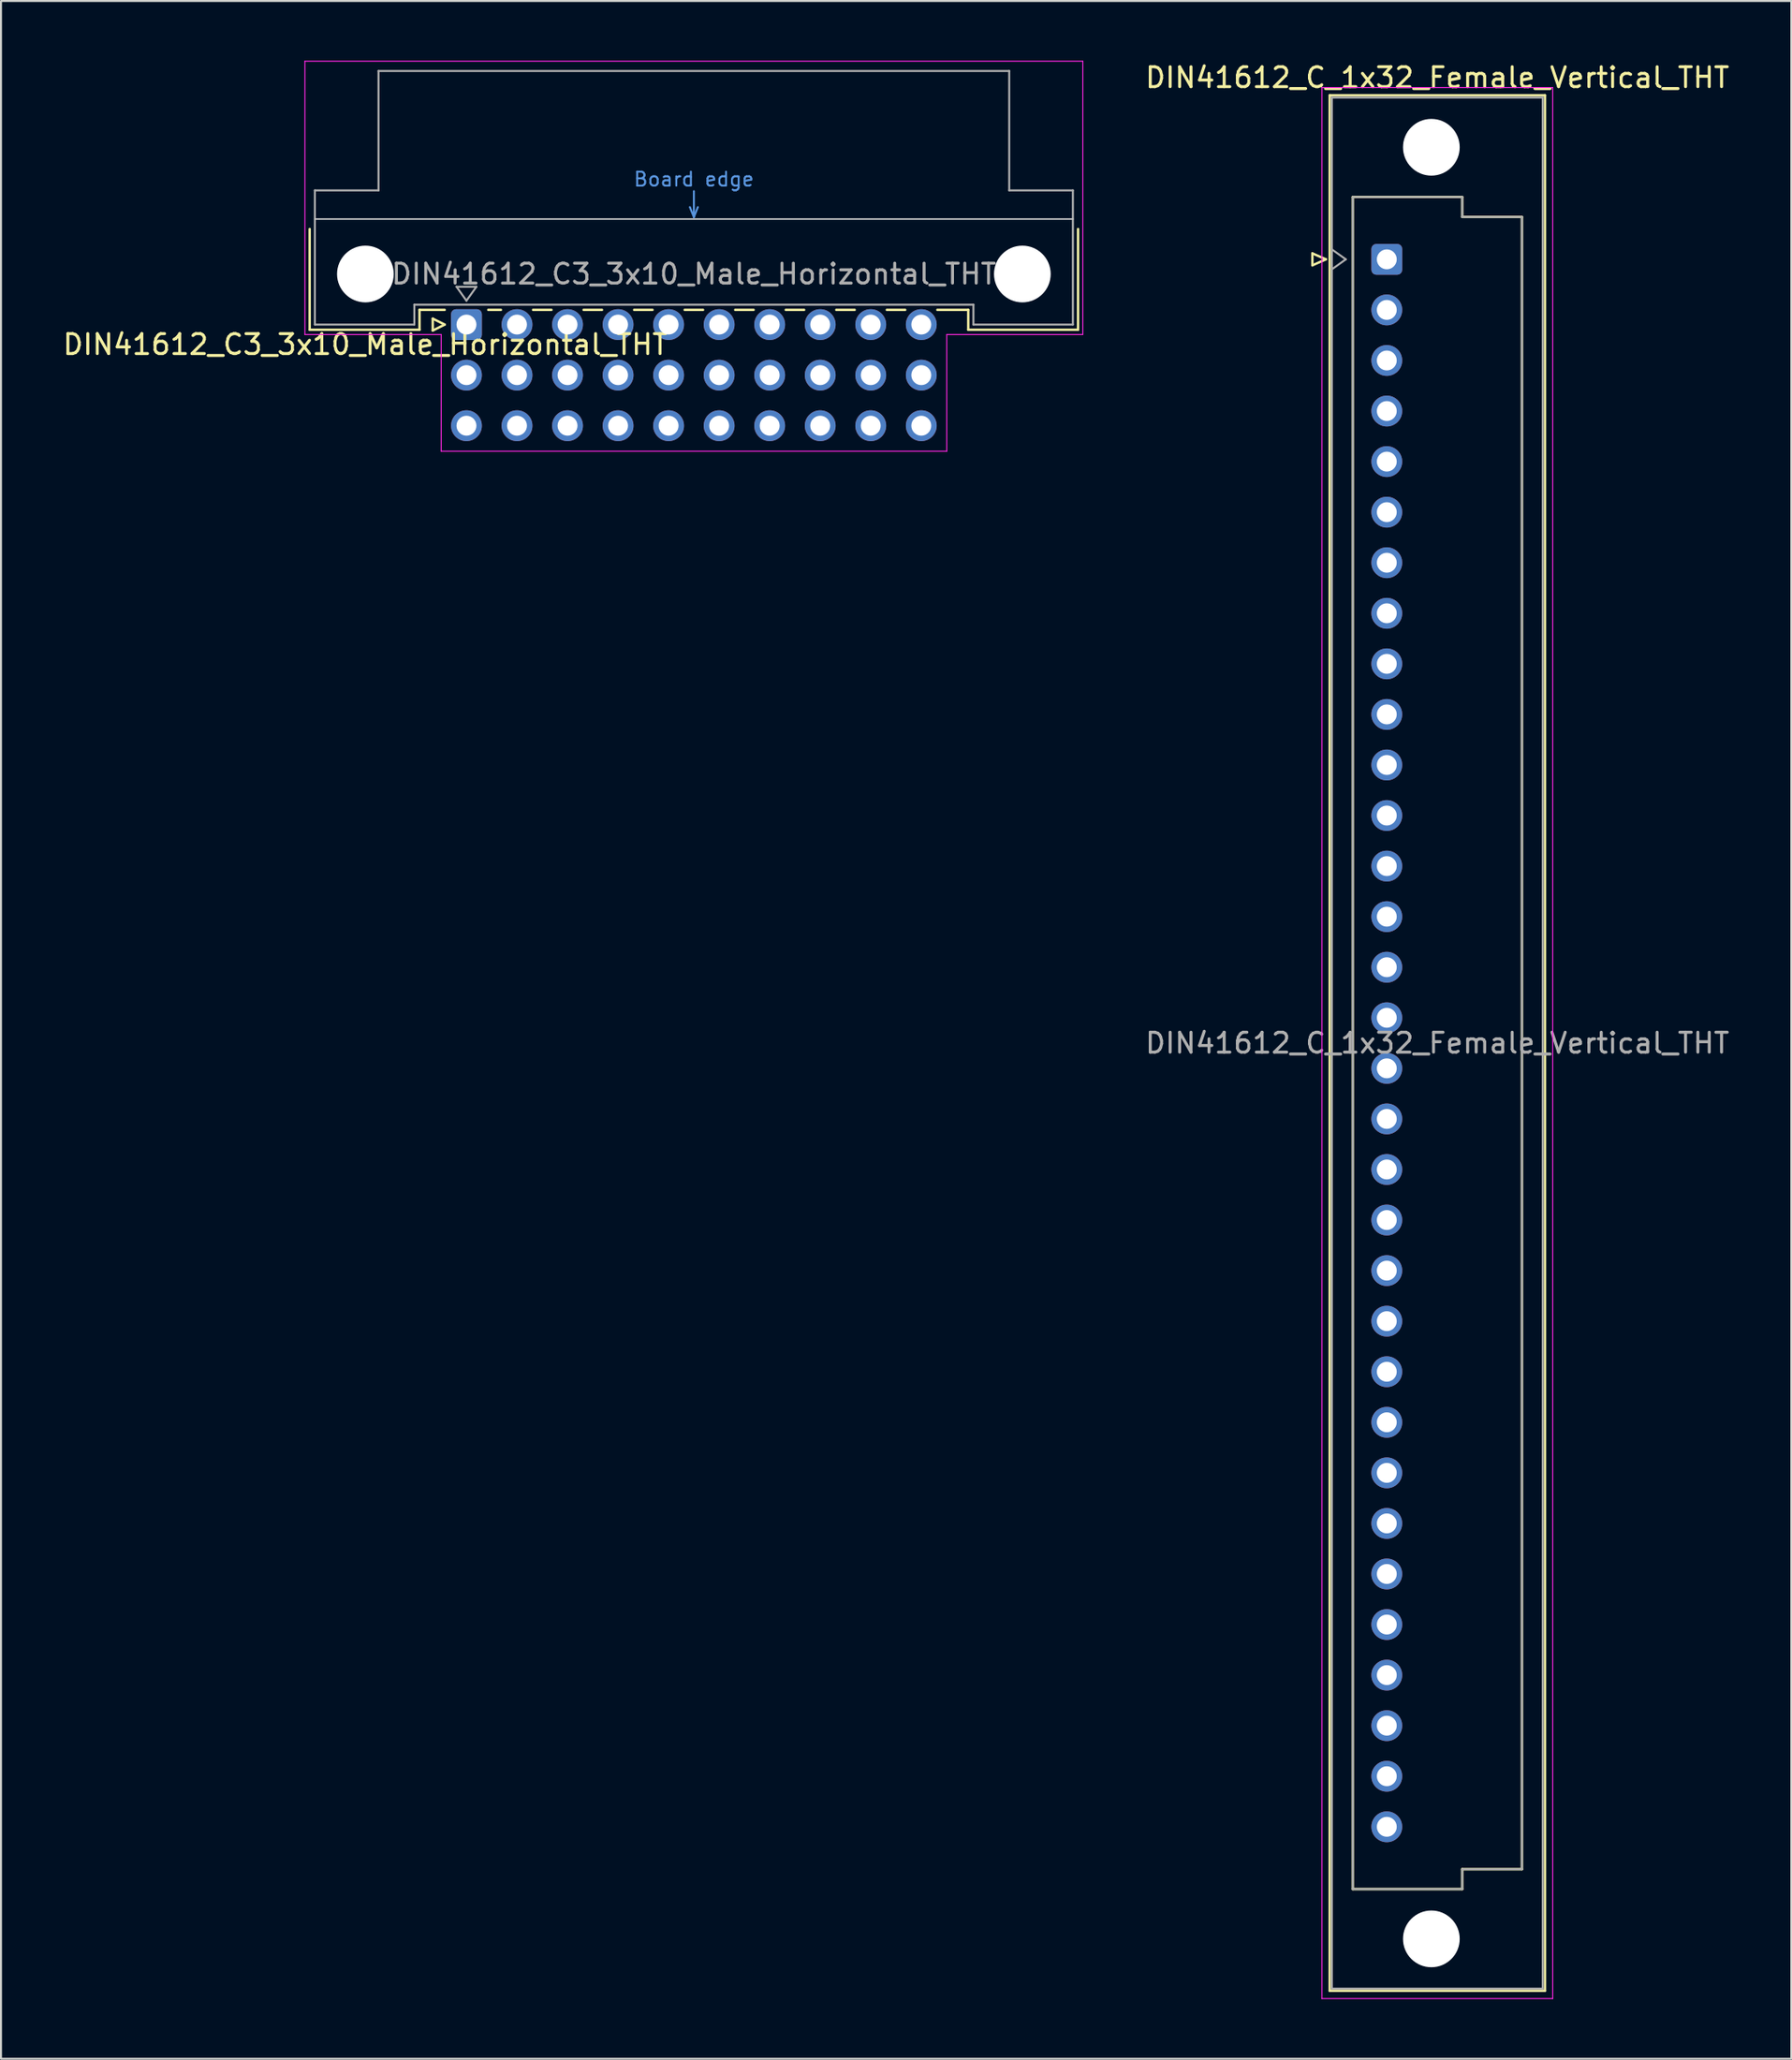
<source format=kicad_pcb>
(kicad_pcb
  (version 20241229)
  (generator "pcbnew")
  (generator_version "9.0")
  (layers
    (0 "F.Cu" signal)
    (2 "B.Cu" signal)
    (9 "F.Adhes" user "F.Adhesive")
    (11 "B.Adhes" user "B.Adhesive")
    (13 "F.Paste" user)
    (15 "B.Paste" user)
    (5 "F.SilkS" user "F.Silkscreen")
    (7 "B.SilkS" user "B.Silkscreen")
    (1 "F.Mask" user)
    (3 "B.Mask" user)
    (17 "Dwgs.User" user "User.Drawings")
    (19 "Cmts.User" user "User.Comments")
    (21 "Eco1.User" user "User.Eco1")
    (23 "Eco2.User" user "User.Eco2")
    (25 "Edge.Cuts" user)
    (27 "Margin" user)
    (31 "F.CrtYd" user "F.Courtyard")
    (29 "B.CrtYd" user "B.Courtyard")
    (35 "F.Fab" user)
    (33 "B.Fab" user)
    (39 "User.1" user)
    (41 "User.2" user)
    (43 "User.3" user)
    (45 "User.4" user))
  (footprint "DIN41612_C3_3x10_Male_Horizontal_THT"
    (layer "F.Cu")
    (at 20.395 13.255)
    (property "Reference" "DIN41612_C3_3x10_Male_Horizontal_THT" (at -5.08 1 0) (layer "F.SilkS") (effects (font (size 1 1) (thickness 0.15))))
    (attr through_hole)
    (fp_line (start -7.88 -4.8) (end -7.88 0.26) (stroke (width 0.12) (type solid)) (layer "F.SilkS"))
    (fp_line (start -7.88 0.26) (end -2.36 0.26) (stroke (width 0.12) (type solid)) (layer "F.SilkS"))
    (fp_line (start -2.36 -0.74) (end -1.095 -0.74) (stroke (width 0.12) (type solid)) (layer "F.SilkS"))
    (fp_line (start -2.36 0.26) (end -2.36 -0.74) (stroke (width 0.12) (type solid)) (layer "F.SilkS"))
    (fp_line (start -1.695 -0.3) (end -1.695 0.3) (stroke (width 0.12) (type solid)) (layer "F.SilkS"))
    (fp_line (start -1.695 0.3) (end -1.095 0) (stroke (width 0.12) (type solid)) (layer "F.SilkS"))
    (fp_line (start -1.095 0) (end -1.695 -0.3) (stroke (width 0.12) (type solid)) (layer "F.SilkS"))
    (fp_line (start 1.095 -0.74) (end 1.733 -0.74) (stroke (width 0.12) (type solid)) (layer "F.SilkS"))
    (fp_line (start 3.347 -0.74) (end 4.273 -0.74) (stroke (width 0.12) (type solid)) (layer "F.SilkS"))
    (fp_line (start 5.887 -0.74) (end 6.813 -0.74) (stroke (width 0.12) (type solid)) (layer "F.SilkS"))
    (fp_line (start 8.427 -0.74) (end 9.353 -0.74) (stroke (width 0.12) (type solid)) (layer "F.SilkS"))
    (fp_line (start 10.967 -0.74) (end 11.893 -0.74) (stroke (width 0.12) (type solid)) (layer "F.SilkS"))
    (fp_line (start 13.507 -0.74) (end 14.433 -0.74) (stroke (width 0.12) (type solid)) (layer "F.SilkS"))
    (fp_line (start 16.047 -0.74) (end 16.973 -0.74) (stroke (width 0.12) (type solid)) (layer "F.SilkS"))
    (fp_line (start 18.587 -0.74) (end 19.513 -0.74) (stroke (width 0.12) (type solid)) (layer "F.SilkS"))
    (fp_line (start 21.127 -0.74) (end 22.053 -0.74) (stroke (width 0.12) (type solid)) (layer "F.SilkS"))
    (fp_line (start 23.667 -0.74) (end 25.22 -0.74) (stroke (width 0.12) (type solid)) (layer "F.SilkS"))
    (fp_line (start 25.22 0.26) (end 25.22 -0.74) (stroke (width 0.12) (type solid)) (layer "F.SilkS"))
    (fp_line (start 30.74 -4.8) (end 30.74 0.26) (stroke (width 0.12) (type solid)) (layer "F.SilkS"))
    (fp_line (start 30.74 0.26) (end 25.22 0.26) (stroke (width 0.12) (type solid)) (layer "F.SilkS"))
    (fp_line (start -7.62 -5.3) (end 30.48 -5.3) (stroke (width 0.08) (type solid)) (layer "Dwgs.User"))
    (fp_line (start 11.23 -5.9) (end 11.43 -5.4) (stroke (width 0.1) (type solid)) (layer "Cmts.User"))
    (fp_line (start 11.43 -5.4) (end 11.43 -6.7) (stroke (width 0.1) (type solid)) (layer "Cmts.User"))
    (fp_line (start 11.43 -5.4) (end 11.63 -5.9) (stroke (width 0.1) (type solid)) (layer "Cmts.User"))
    (fp_line (start -8.12 -13.23) (end -8.12 0.5) (stroke (width 0.05) (type solid)) (layer "F.CrtYd"))
    (fp_line (start -8.12 0.5) (end -1.27 0.5) (stroke (width 0.05) (type solid)) (layer "F.CrtYd"))
    (fp_line (start -1.27 0.5) (end -1.27 6.36) (stroke (width 0.05) (type solid)) (layer "F.CrtYd"))
    (fp_line (start -1.27 6.36) (end 24.14 6.36) (stroke (width 0.05) (type solid)) (layer "F.CrtYd"))
    (fp_line (start 24.14 0.5) (end 30.98 0.5) (stroke (width 0.05) (type solid)) (layer "F.CrtYd"))
    (fp_line (start 24.14 6.36) (end 24.14 0.5) (stroke (width 0.05) (type solid)) (layer "F.CrtYd"))
    (fp_line (start 30.98 -13.23) (end -8.12 -13.23) (stroke (width 0.05) (type solid)) (layer "F.CrtYd"))
    (fp_line (start 30.98 0.5) (end 30.98 -13.23) (stroke (width 0.05) (type solid)) (layer "F.CrtYd"))
    (fp_line (start -7.62 -6.74) (end -7.62 0) (stroke (width 0.1) (type solid)) (layer "F.Fab"))
    (fp_line (start -7.62 0) (end -2.62 0) (stroke (width 0.1) (type solid)) (layer "F.Fab"))
    (fp_line (start -4.42 -12.74) (end -4.42 -6.74) (stroke (width 0.1) (type solid)) (layer "F.Fab"))
    (fp_line (start -4.42 -6.74) (end -7.62 -6.74) (stroke (width 0.1) (type solid)) (layer "F.Fab"))
    (fp_line (start -2.62 -1) (end 25.48 -1) (stroke (width 0.1) (type solid)) (layer "F.Fab"))
    (fp_line (start -2.62 0) (end -2.62 -1) (stroke (width 0.1) (type solid)) (layer "F.Fab"))
    (fp_line (start -0.5 -1.9) (end 0.5 -1.9) (stroke (width 0.1) (type solid)) (layer "F.Fab"))
    (fp_line (start 0 -1.2) (end -0.5 -1.9) (stroke (width 0.1) (type solid)) (layer "F.Fab"))
    (fp_line (start 0.5 -1.9) (end 0 -1.2) (stroke (width 0.1) (type solid)) (layer "F.Fab"))
    (fp_line (start 25.48 -1) (end 25.48 0) (stroke (width 0.1) (type solid)) (layer "F.Fab"))
    (fp_line (start 25.48 0) (end 30.48 0) (stroke (width 0.1) (type solid)) (layer "F.Fab"))
    (fp_line (start 27.28 -12.74) (end -4.42 -12.74) (stroke (width 0.1) (type solid)) (layer "F.Fab"))
    (fp_line (start 27.28 -6.74) (end 27.28 -12.74) (stroke (width 0.1) (type solid)) (layer "F.Fab"))
    (fp_line (start 30.48 -6.74) (end 27.28 -6.74) (stroke (width 0.1) (type solid)) (layer "F.Fab"))
    (fp_line (start 30.48 0) (end 30.48 -6.74) (stroke (width 0.1) (type solid)) (layer "F.Fab"))
    (fp_text user "Board edge" (at 11.43 -7.3 0) (layer "Cmts.User") (effects (font (size 0.7 0.7) (thickness 0.1))))
    (fp_text user "${REFERENCE}" (at 11.43 -2.54 0) (layer "F.Fab") (effects (font (size 1 1) (thickness 0.15))))
    (pad "" np_thru_hole circle (at -5.08 -2.54) (size 2.85 2.85) (drill 2.85) (layers "*.Cu" "*.Mask"))
    (pad "" np_thru_hole circle (at 27.94 -2.54) (size 2.85 2.85) (drill 2.85) (layers "*.Cu" "*.Mask"))
    (pad "a1" thru_hole roundrect (at 0 0) (size 1.55 1.55) (drill 1) (layers "*.Cu" "*.Mask") (roundrect_rratio 0.161))
    (pad "a2" thru_hole circle (at 2.54 0) (size 1.55 1.55) (drill 1) (layers "*.Cu" "*.Mask"))
    (pad "a3" thru_hole circle (at 5.08 0) (size 1.55 1.55) (drill 1) (layers "*.Cu" "*.Mask"))
    (pad "a4" thru_hole circle (at 7.62 0) (size 1.55 1.55) (drill 1) (layers "*.Cu" "*.Mask"))
    (pad "a5" thru_hole circle (at 10.16 0) (size 1.55 1.55) (drill 1) (layers "*.Cu" "*.Mask"))
    (pad "a6" thru_hole circle (at 12.7 0) (size 1.55 1.55) (drill 1) (layers "*.Cu" "*.Mask"))
    (pad "a7" thru_hole circle (at 15.24 0) (size 1.55 1.55) (drill 1) (layers "*.Cu" "*.Mask"))
    (pad "a8" thru_hole circle (at 17.78 0) (size 1.55 1.55) (drill 1) (layers "*.Cu" "*.Mask"))
    (pad "a9" thru_hole circle (at 20.32 0) (size 1.55 1.55) (drill 1) (layers "*.Cu" "*.Mask"))
    (pad "a10" thru_hole circle (at 22.86 0) (size 1.55 1.55) (drill 1) (layers "*.Cu" "*.Mask"))
    (pad "b1" thru_hole circle (at 0 2.54) (size 1.55 1.55) (drill 1) (layers "*.Cu" "*.Mask"))
    (pad "b2" thru_hole circle (at 2.54 2.54) (size 1.55 1.55) (drill 1) (layers "*.Cu" "*.Mask"))
    (pad "b3" thru_hole circle (at 5.08 2.54) (size 1.55 1.55) (drill 1) (layers "*.Cu" "*.Mask"))
    (pad "b4" thru_hole circle (at 7.62 2.54) (size 1.55 1.55) (drill 1) (layers "*.Cu" "*.Mask"))
    (pad "b5" thru_hole circle (at 10.16 2.54) (size 1.55 1.55) (drill 1) (layers "*.Cu" "*.Mask"))
    (pad "b6" thru_hole circle (at 12.7 2.54) (size 1.55 1.55) (drill 1) (layers "*.Cu" "*.Mask"))
    (pad "b7" thru_hole circle (at 15.24 2.54) (size 1.55 1.55) (drill 1) (layers "*.Cu" "*.Mask"))
    (pad "b8" thru_hole circle (at 17.78 2.54) (size 1.55 1.55) (drill 1) (layers "*.Cu" "*.Mask"))
    (pad "b9" thru_hole circle (at 20.32 2.54) (size 1.55 1.55) (drill 1) (layers "*.Cu" "*.Mask"))
    (pad "b10" thru_hole circle (at 22.86 2.54) (size 1.55 1.55) (drill 1) (layers "*.Cu" "*.Mask"))
    (pad "c1" thru_hole circle (at 0 5.08) (size 1.55 1.55) (drill 1) (layers "*.Cu" "*.Mask"))
    (pad "c2" thru_hole circle (at 2.54 5.08) (size 1.55 1.55) (drill 1) (layers "*.Cu" "*.Mask"))
    (pad "c3" thru_hole circle (at 5.08 5.08) (size 1.55 1.55) (drill 1) (layers "*.Cu" "*.Mask"))
    (pad "c4" thru_hole circle (at 7.62 5.08) (size 1.55 1.55) (drill 1) (layers "*.Cu" "*.Mask"))
    (pad "c5" thru_hole circle (at 10.16 5.08) (size 1.55 1.55) (drill 1) (layers "*.Cu" "*.Mask"))
    (pad "c6" thru_hole circle (at 12.7 5.08) (size 1.55 1.55) (drill 1) (layers "*.Cu" "*.Mask"))
    (pad "c7" thru_hole circle (at 15.24 5.08) (size 1.55 1.55) (drill 1) (layers "*.Cu" "*.Mask"))
    (pad "c8" thru_hole circle (at 17.78 5.08) (size 1.55 1.55) (drill 1) (layers "*.Cu" "*.Mask"))
    (pad "c9" thru_hole circle (at 20.32 5.08) (size 1.55 1.55) (drill 1) (layers "*.Cu" "*.Mask"))
    (pad "c10" thru_hole circle (at 22.86 5.08) (size 1.55 1.55) (drill 1) (layers "*.Cu" "*.Mask")))
  (footprint "DIN41612_C_1x32_Female_Vertical_THT"
    (layer "F.Cu")
    (at 66.652 9.978)
    (property "Reference" "DIN41612_C_1x32_Female_Vertical_THT" (at 2.54 -9.13 0) (layer "F.SilkS") (effects (font (size 1 1) (thickness 0.15))))
    (attr through_hole)
    (fp_line (start -3.74 -0.3) (end -3.74 0.3) (stroke (width 0.12) (type solid)) (layer "F.SilkS"))
    (fp_line (start -3.74 0.3) (end -3.06 0) (stroke (width 0.12) (type solid)) (layer "F.SilkS"))
    (fp_line (start -3.06 0) (end -3.74 -0.3) (stroke (width 0.12) (type solid)) (layer "F.SilkS"))
    (fp_line (start -2.87 -8.24) (end 7.95 -8.24) (stroke (width 0.12) (type solid)) (layer "F.SilkS"))
    (fp_line (start -2.87 86.98) (end -2.87 -8.24) (stroke (width 0.12) (type solid)) (layer "F.SilkS"))
    (fp_line (start -1.71 -3.13) (end 3.79 -3.13) (stroke (width 0.12) (type solid)) (layer "F.SilkS"))
    (fp_line (start -1.71 81.87) (end -1.71 -3.13) (stroke (width 0.12) (type solid)) (layer "F.SilkS"))
    (fp_line (start 3.79 -3.13) (end 3.79 -2.13) (stroke (width 0.12) (type solid)) (layer "F.SilkS"))
    (fp_line (start 3.79 -2.13) (end 6.79 -2.13) (stroke (width 0.12) (type solid)) (layer "F.SilkS"))
    (fp_line (start 3.79 80.87) (end 3.79 81.87) (stroke (width 0.12) (type solid)) (layer "F.SilkS"))
    (fp_line (start 3.79 81.87) (end -1.71 81.87) (stroke (width 0.12) (type solid)) (layer "F.SilkS"))
    (fp_line (start 6.79 -2.13) (end 6.79 80.87) (stroke (width 0.12) (type solid)) (layer "F.SilkS"))
    (fp_line (start 6.79 80.87) (end 3.79 80.87) (stroke (width 0.12) (type solid)) (layer "F.SilkS"))
    (fp_line (start 7.95 -8.24) (end 7.95 86.98) (stroke (width 0.12) (type solid)) (layer "F.SilkS"))
    (fp_line (start 7.95 86.98) (end -2.87 86.98) (stroke (width 0.12) (type solid)) (layer "F.SilkS"))
    (fp_line (start -3.26 -8.63) (end 8.34 -8.63) (stroke (width 0.05) (type solid)) (layer "F.CrtYd"))
    (fp_line (start -3.26 87.37) (end -3.26 -8.63) (stroke (width 0.05) (type solid)) (layer "F.CrtYd"))
    (fp_line (start 8.34 -8.63) (end 8.34 87.37) (stroke (width 0.05) (type solid)) (layer "F.CrtYd"))
    (fp_line (start 8.34 87.37) (end -3.26 87.37) (stroke (width 0.05) (type solid)) (layer "F.CrtYd"))
    (fp_line (start -2.76 -8.13) (end 7.84 -8.13) (stroke (width 0.1) (type solid)) (layer "F.Fab"))
    (fp_line (start -2.76 -0.5) (end -2.06 0) (stroke (width 0.1) (type solid)) (layer "F.Fab"))
    (fp_line (start -2.76 86.87) (end -2.76 -8.13) (stroke (width 0.1) (type solid)) (layer "F.Fab"))
    (fp_line (start -2.06 0) (end -2.76 0.5) (stroke (width 0.1) (type solid)) (layer "F.Fab"))
    (fp_line (start -1.71 -3.13) (end 3.79 -3.13) (stroke (width 0.1) (type solid)) (layer "F.Fab"))
    (fp_line (start -1.71 81.87) (end -1.71 -3.13) (stroke (width 0.1) (type solid)) (layer "F.Fab"))
    (fp_line (start 3.79 -3.13) (end 3.79 -2.13) (stroke (width 0.1) (type solid)) (layer "F.Fab"))
    (fp_line (start 3.79 -2.13) (end 6.79 -2.13) (stroke (width 0.1) (type solid)) (layer "F.Fab"))
    (fp_line (start 3.79 80.87) (end 3.79 81.87) (stroke (width 0.1) (type solid)) (layer "F.Fab"))
    (fp_line (start 3.79 81.87) (end -1.71 81.87) (stroke (width 0.1) (type solid)) (layer "F.Fab"))
    (fp_line (start 6.79 -2.13) (end 6.79 80.87) (stroke (width 0.1) (type solid)) (layer "F.Fab"))
    (fp_line (start 6.79 80.87) (end 3.79 80.87) (stroke (width 0.1) (type solid)) (layer "F.Fab"))
    (fp_line (start 7.84 -8.13) (end 7.84 86.87) (stroke (width 0.1) (type solid)) (layer "F.Fab"))
    (fp_line (start 7.84 86.87) (end -2.76 86.87) (stroke (width 0.1) (type solid)) (layer "F.Fab"))
    (fp_text user "${REFERENCE}" (at 2.54 39.37 0) (layer "F.Fab") (effects (font (size 1 1) (thickness 0.15))))
    (pad "" np_thru_hole circle (at 2.24 -5.63) (size 2.85 2.85) (drill 2.85) (layers "*.Cu" "*.Mask"))
    (pad "" np_thru_hole circle (at 2.24 84.37) (size 2.85 2.85) (drill 2.85) (layers "*.Cu" "*.Mask"))
    (pad "a1" thru_hole roundrect (at 0 0) (size 1.55 1.55) (drill 1) (layers "*.Cu" "*.Mask") (roundrect_rratio 0.161))
    (pad "a2" thru_hole circle (at 0 2.54) (size 1.55 1.55) (drill 1) (layers "*.Cu" "*.Mask"))
    (pad "a3" thru_hole circle (at 0 5.08) (size 1.55 1.55) (drill 1) (layers "*.Cu" "*.Mask"))
    (pad "a4" thru_hole circle (at 0 7.62) (size 1.55 1.55) (drill 1) (layers "*.Cu" "*.Mask"))
    (pad "a5" thru_hole circle (at 0 10.16) (size 1.55 1.55) (drill 1) (layers "*.Cu" "*.Mask"))
    (pad "a6" thru_hole circle (at 0 12.7) (size 1.55 1.55) (drill 1) (layers "*.Cu" "*.Mask"))
    (pad "a7" thru_hole circle (at 0 15.24) (size 1.55 1.55) (drill 1) (layers "*.Cu" "*.Mask"))
    (pad "a8" thru_hole circle (at 0 17.78) (size 1.55 1.55) (drill 1) (layers "*.Cu" "*.Mask"))
    (pad "a9" thru_hole circle (at 0 20.32) (size 1.55 1.55) (drill 1) (layers "*.Cu" "*.Mask"))
    (pad "a10" thru_hole circle (at 0 22.86) (size 1.55 1.55) (drill 1) (layers "*.Cu" "*.Mask"))
    (pad "a11" thru_hole circle (at 0 25.4) (size 1.55 1.55) (drill 1) (layers "*.Cu" "*.Mask"))
    (pad "a12" thru_hole circle (at 0 27.94) (size 1.55 1.55) (drill 1) (layers "*.Cu" "*.Mask"))
    (pad "a13" thru_hole circle (at 0 30.48) (size 1.55 1.55) (drill 1) (layers "*.Cu" "*.Mask"))
    (pad "a14" thru_hole circle (at 0 33.02) (size 1.55 1.55) (drill 1) (layers "*.Cu" "*.Mask"))
    (pad "a15" thru_hole circle (at 0 35.56) (size 1.55 1.55) (drill 1) (layers "*.Cu" "*.Mask"))
    (pad "a16" thru_hole circle (at 0 38.1) (size 1.55 1.55) (drill 1) (layers "*.Cu" "*.Mask"))
    (pad "a17" thru_hole circle (at 0 40.64) (size 1.55 1.55) (drill 1) (layers "*.Cu" "*.Mask"))
    (pad "a18" thru_hole circle (at 0 43.18) (size 1.55 1.55) (drill 1) (layers "*.Cu" "*.Mask"))
    (pad "a19" thru_hole circle (at 0 45.72) (size 1.55 1.55) (drill 1) (layers "*.Cu" "*.Mask"))
    (pad "a20" thru_hole circle (at 0 48.26) (size 1.55 1.55) (drill 1) (layers "*.Cu" "*.Mask"))
    (pad "a21" thru_hole circle (at 0 50.8) (size 1.55 1.55) (drill 1) (layers "*.Cu" "*.Mask"))
    (pad "a22" thru_hole circle (at 0 53.34) (size 1.55 1.55) (drill 1) (layers "*.Cu" "*.Mask"))
    (pad "a23" thru_hole circle (at 0 55.88) (size 1.55 1.55) (drill 1) (layers "*.Cu" "*.Mask"))
    (pad "a24" thru_hole circle (at 0 58.42) (size 1.55 1.55) (drill 1) (layers "*.Cu" "*.Mask"))
    (pad "a25" thru_hole circle (at 0 60.96) (size 1.55 1.55) (drill 1) (layers "*.Cu" "*.Mask"))
    (pad "a26" thru_hole circle (at 0 63.5) (size 1.55 1.55) (drill 1) (layers "*.Cu" "*.Mask"))
    (pad "a27" thru_hole circle (at 0 66.04) (size 1.55 1.55) (drill 1) (layers "*.Cu" "*.Mask"))
    (pad "a28" thru_hole circle (at 0 68.58) (size 1.55 1.55) (drill 1) (layers "*.Cu" "*.Mask"))
    (pad "a29" thru_hole circle (at 0 71.12) (size 1.55 1.55) (drill 1) (layers "*.Cu" "*.Mask"))
    (pad "a30" thru_hole circle (at 0 73.66) (size 1.55 1.55) (drill 1) (layers "*.Cu" "*.Mask"))
    (pad "a31" thru_hole circle (at 0 76.2) (size 1.55 1.55) (drill 1) (layers "*.Cu" "*.Mask"))
    (pad "a32" thru_hole circle (at 0 78.74) (size 1.55 1.55) (drill 1) (layers "*.Cu" "*.Mask")))
  (gr_rect
    (start -3 -3)
    (end 86.984 100.373)
    (stroke (width 0.1) (type default))
    (fill no)
    (layer "Edge.Cuts")))
</source>
